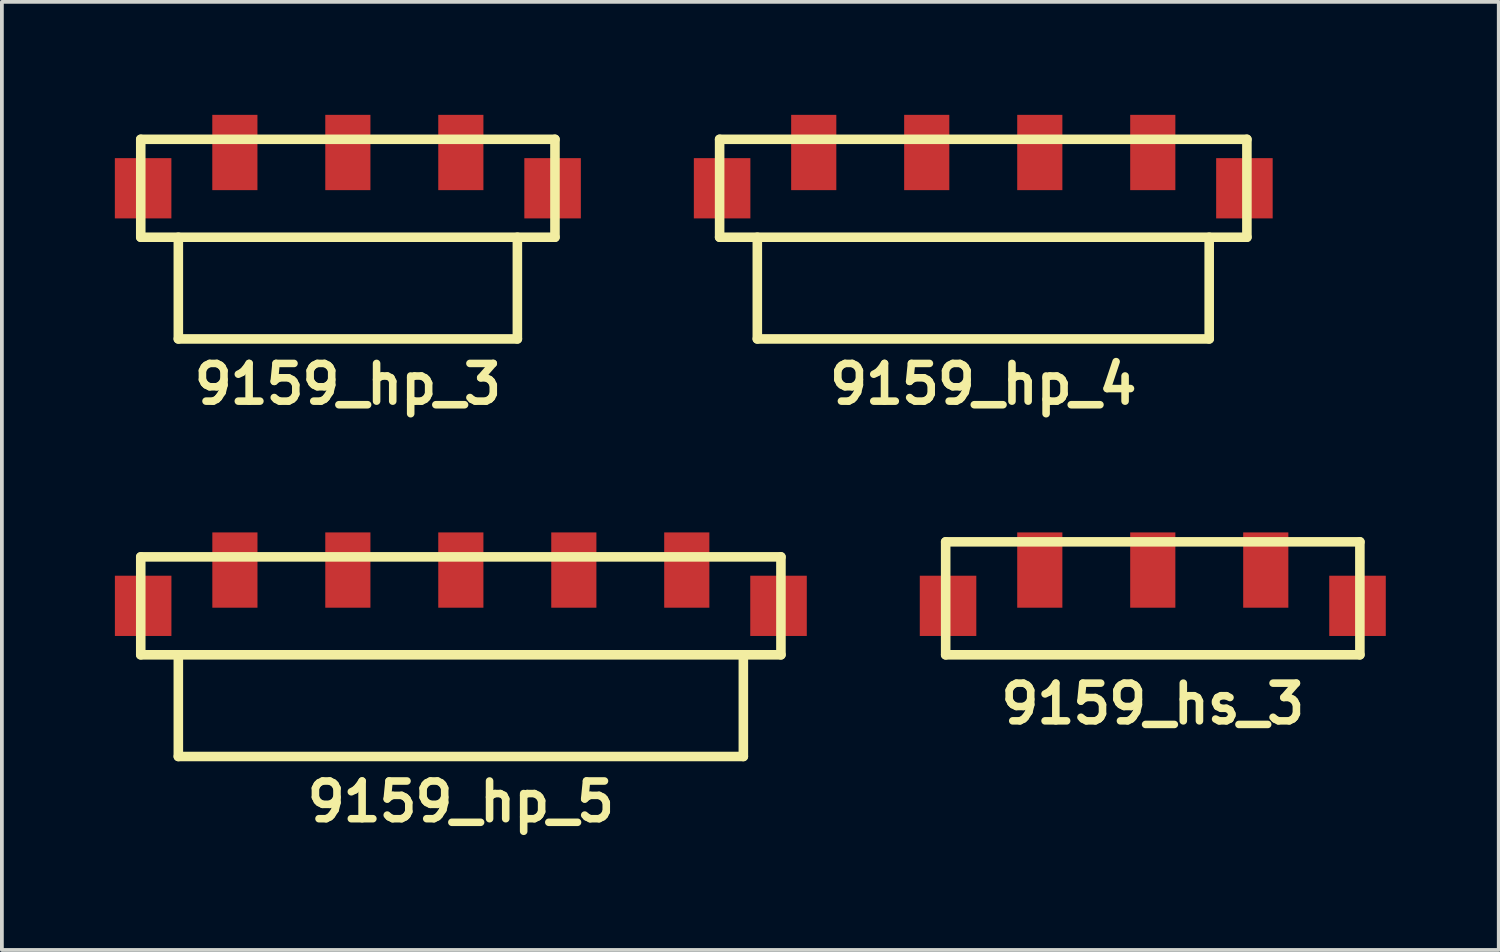
<source format=kicad_pcb>
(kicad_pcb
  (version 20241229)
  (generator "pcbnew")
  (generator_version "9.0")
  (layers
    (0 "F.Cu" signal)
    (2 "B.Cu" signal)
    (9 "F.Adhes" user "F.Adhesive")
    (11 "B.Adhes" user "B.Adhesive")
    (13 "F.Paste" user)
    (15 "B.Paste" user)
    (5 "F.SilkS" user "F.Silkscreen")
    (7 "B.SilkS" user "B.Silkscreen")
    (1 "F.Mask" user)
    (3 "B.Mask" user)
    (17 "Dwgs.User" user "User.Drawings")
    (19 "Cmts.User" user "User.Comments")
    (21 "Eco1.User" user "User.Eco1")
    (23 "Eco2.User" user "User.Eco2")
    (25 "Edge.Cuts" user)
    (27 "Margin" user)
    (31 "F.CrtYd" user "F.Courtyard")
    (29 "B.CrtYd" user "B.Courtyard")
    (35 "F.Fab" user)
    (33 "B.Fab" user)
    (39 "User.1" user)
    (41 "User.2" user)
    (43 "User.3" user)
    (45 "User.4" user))
  (footprint "9159_hp_5"
    (layer "F.Cu")
    (at 9.186 13.036)
    (property "Reference" "9159_hp_5" (at 0 5.199 0) (layer "F.SilkS") (effects (font (size 1.001 1.001) (thickness 0.201))))
    (attr through_hole)
    (fp_line (start -8.499 -1.3) (end -8.499 1.3) (stroke (width 0.254) (type solid)) (layer "F.SilkS"))
    (fp_line (start -8.499 -1.3) (end 8.499 -1.3) (stroke (width 0.254) (type solid)) (layer "F.SilkS"))
    (fp_line (start -7.501 1.3) (end -7.501 4) (stroke (width 0.254) (type solid)) (layer "F.SilkS"))
    (fp_line (start -7.501 4) (end 7.501 4) (stroke (width 0.254) (type solid)) (layer "F.SilkS"))
    (fp_line (start 7.501 4) (end 7.501 1.3) (stroke (width 0.254) (type solid)) (layer "F.SilkS"))
    (fp_line (start 8.499 1.3) (end -8.499 1.3) (stroke (width 0.254) (type solid)) (layer "F.SilkS"))
    (fp_line (start 8.499 1.3) (end 8.499 -1.3) (stroke (width 0.254) (type solid)) (layer "F.SilkS"))
    (pad "1" smd rect (at -5.999 -0.95) (size 1.199 1.999) (layers "F.Cu" "F.Mask" "F.Paste"))
    (pad "2" smd rect (at -3 -0.95) (size 1.199 1.999) (layers "F.Cu" "F.Mask" "F.Paste"))
    (pad "3" smd rect (at 0 -0.95) (size 1.199 1.999) (layers "F.Cu" "F.Mask" "F.Paste"))
    (pad "4" smd rect (at 3 -0.95) (size 1.199 1.999) (layers "F.Cu" "F.Mask" "F.Paste"))
    (pad "5" smd rect (at 5.999 -0.95) (size 1.199 1.999) (layers "F.Cu" "F.Mask" "F.Paste"))
    (pad "6" smd rect (at -8.435 0) (size 1.501 1.6) (layers "F.Cu" "F.Mask" "F.Paste"))
    (pad "6" smd rect (at 8.435 0) (size 1.501 1.6) (layers "F.Cu" "F.Mask" "F.Paste")))
  (footprint "9159_hp_4"
    (layer "F.Cu")
    (at 23.057 1.949)
    (property "Reference" "9159_hp_4" (at 0 5.199 0) (layer "F.SilkS") (effects (font (size 1.001 1.001) (thickness 0.201))))
    (attr through_hole)
    (fp_line (start -7 -1.3) (end -7 1.3) (stroke (width 0.254) (type solid)) (layer "F.SilkS"))
    (fp_line (start -7 1.3) (end 7 1.3) (stroke (width 0.254) (type solid)) (layer "F.SilkS"))
    (fp_line (start -5.999 1.3) (end -5.999 4) (stroke (width 0.254) (type solid)) (layer "F.SilkS"))
    (fp_line (start 5.999 4) (end -5.999 4) (stroke (width 0.254) (type solid)) (layer "F.SilkS"))
    (fp_line (start 5.999 4) (end 5.999 1.3) (stroke (width 0.254) (type solid)) (layer "F.SilkS"))
    (fp_line (start 7 -1.3) (end -7 -1.3) (stroke (width 0.254) (type solid)) (layer "F.SilkS"))
    (fp_line (start 7 1.3) (end 7 -1.3) (stroke (width 0.254) (type solid)) (layer "F.SilkS"))
    (pad "1" smd rect (at -4.501 -0.95) (size 1.199 1.999) (layers "F.Cu" "F.Mask" "F.Paste"))
    (pad "2" smd rect (at -1.501 -0.95) (size 1.199 1.999) (layers "F.Cu" "F.Mask" "F.Paste"))
    (pad "3" smd rect (at 1.501 -0.95) (size 1.199 1.999) (layers "F.Cu" "F.Mask" "F.Paste"))
    (pad "4" smd rect (at 4.501 -0.95) (size 1.199 1.999) (layers "F.Cu" "F.Mask" "F.Paste"))
    (pad "5" smd rect (at -6.934 0) (size 1.501 1.6) (layers "F.Cu" "F.Mask" "F.Paste"))
    (pad "5" smd rect (at 6.934 0) (size 1.501 1.6) (layers "F.Cu" "F.Mask" "F.Paste")))
  (footprint "9159_hp_3"
    (layer "F.Cu")
    (at 6.186 1.949)
    (property "Reference" "9159_hp_3" (at 0 5.199 0) (layer "F.SilkS") (effects (font (size 1.001 1.001) (thickness 0.201))))
    (attr through_hole)
    (fp_line (start -5.499 -1.3) (end -5.499 1.3) (stroke (width 0.254) (type solid)) (layer "F.SilkS"))
    (fp_line (start -5.499 -1.3) (end 5.499 -1.3) (stroke (width 0.254) (type solid)) (layer "F.SilkS"))
    (fp_line (start -4.501 1.3) (end -4.501 4) (stroke (width 0.254) (type solid)) (layer "F.SilkS"))
    (fp_line (start -4.501 4) (end 4.501 4) (stroke (width 0.254) (type solid)) (layer "F.SilkS"))
    (fp_line (start 4.501 4) (end 4.501 1.3) (stroke (width 0.254) (type solid)) (layer "F.SilkS"))
    (fp_line (start 5.499 1.3) (end -5.499 1.3) (stroke (width 0.254) (type solid)) (layer "F.SilkS"))
    (fp_line (start 5.499 1.3) (end 5.499 -1.3) (stroke (width 0.254) (type solid)) (layer "F.SilkS"))
    (pad "1" smd rect (at -3 -0.95) (size 1.199 1.999) (layers "F.Cu" "F.Mask" "F.Paste"))
    (pad "2" smd rect (at 0 -0.95) (size 1.199 1.999) (layers "F.Cu" "F.Mask" "F.Paste"))
    (pad "3" smd rect (at 3 -0.95) (size 1.199 1.999) (layers "F.Cu" "F.Mask" "F.Paste"))
    (pad "4" smd rect (at -5.436 0) (size 1.501 1.6) (layers "F.Cu" "F.Mask" "F.Paste"))
    (pad "4" smd rect (at 5.436 0) (size 1.501 1.6) (layers "F.Cu" "F.Mask" "F.Paste")))
  (footprint "9159_hs_3"
    (layer "F.Cu")
    (at 27.558 13.036)
    (property "Reference" "9159_hs_3" (at 0 2.601 0) (layer "F.SilkS") (effects (font (size 1.001 1.001) (thickness 0.201))))
    (attr through_hole)
    (fp_line (start -5.499 -1.699) (end -5.499 1.3) (stroke (width 0.254) (type solid)) (layer "F.SilkS"))
    (fp_line (start -5.499 -1.699) (end 5.499 -1.699) (stroke (width 0.254) (type solid)) (layer "F.SilkS"))
    (fp_line (start 5.499 -1.699) (end 5.499 1.3) (stroke (width 0.254) (type solid)) (layer "F.SilkS"))
    (fp_line (start 5.499 1.3) (end -5.499 1.3) (stroke (width 0.254) (type solid)) (layer "F.SilkS"))
    (pad "1" smd rect (at -3 -0.95) (size 1.199 1.999) (layers "F.Cu" "F.Mask" "F.Paste"))
    (pad "2" smd rect (at 0 -0.95) (size 1.199 1.999) (layers "F.Cu" "F.Mask" "F.Paste"))
    (pad "3" smd rect (at 3 -0.95) (size 1.199 1.999) (layers "F.Cu" "F.Mask" "F.Paste"))
    (pad "4" smd rect (at -5.436 0) (size 1.501 1.6) (layers "F.Cu" "F.Mask" "F.Paste"))
    (pad "4" smd rect (at 5.436 0) (size 1.501 1.6) (layers "F.Cu" "F.Mask" "F.Paste")))
  (gr_rect
    (start -3 -3)
    (end 36.744 22.173)
    (stroke (width 0.1) (type default))
    (fill no)
    (layer "Edge.Cuts")))
</source>
